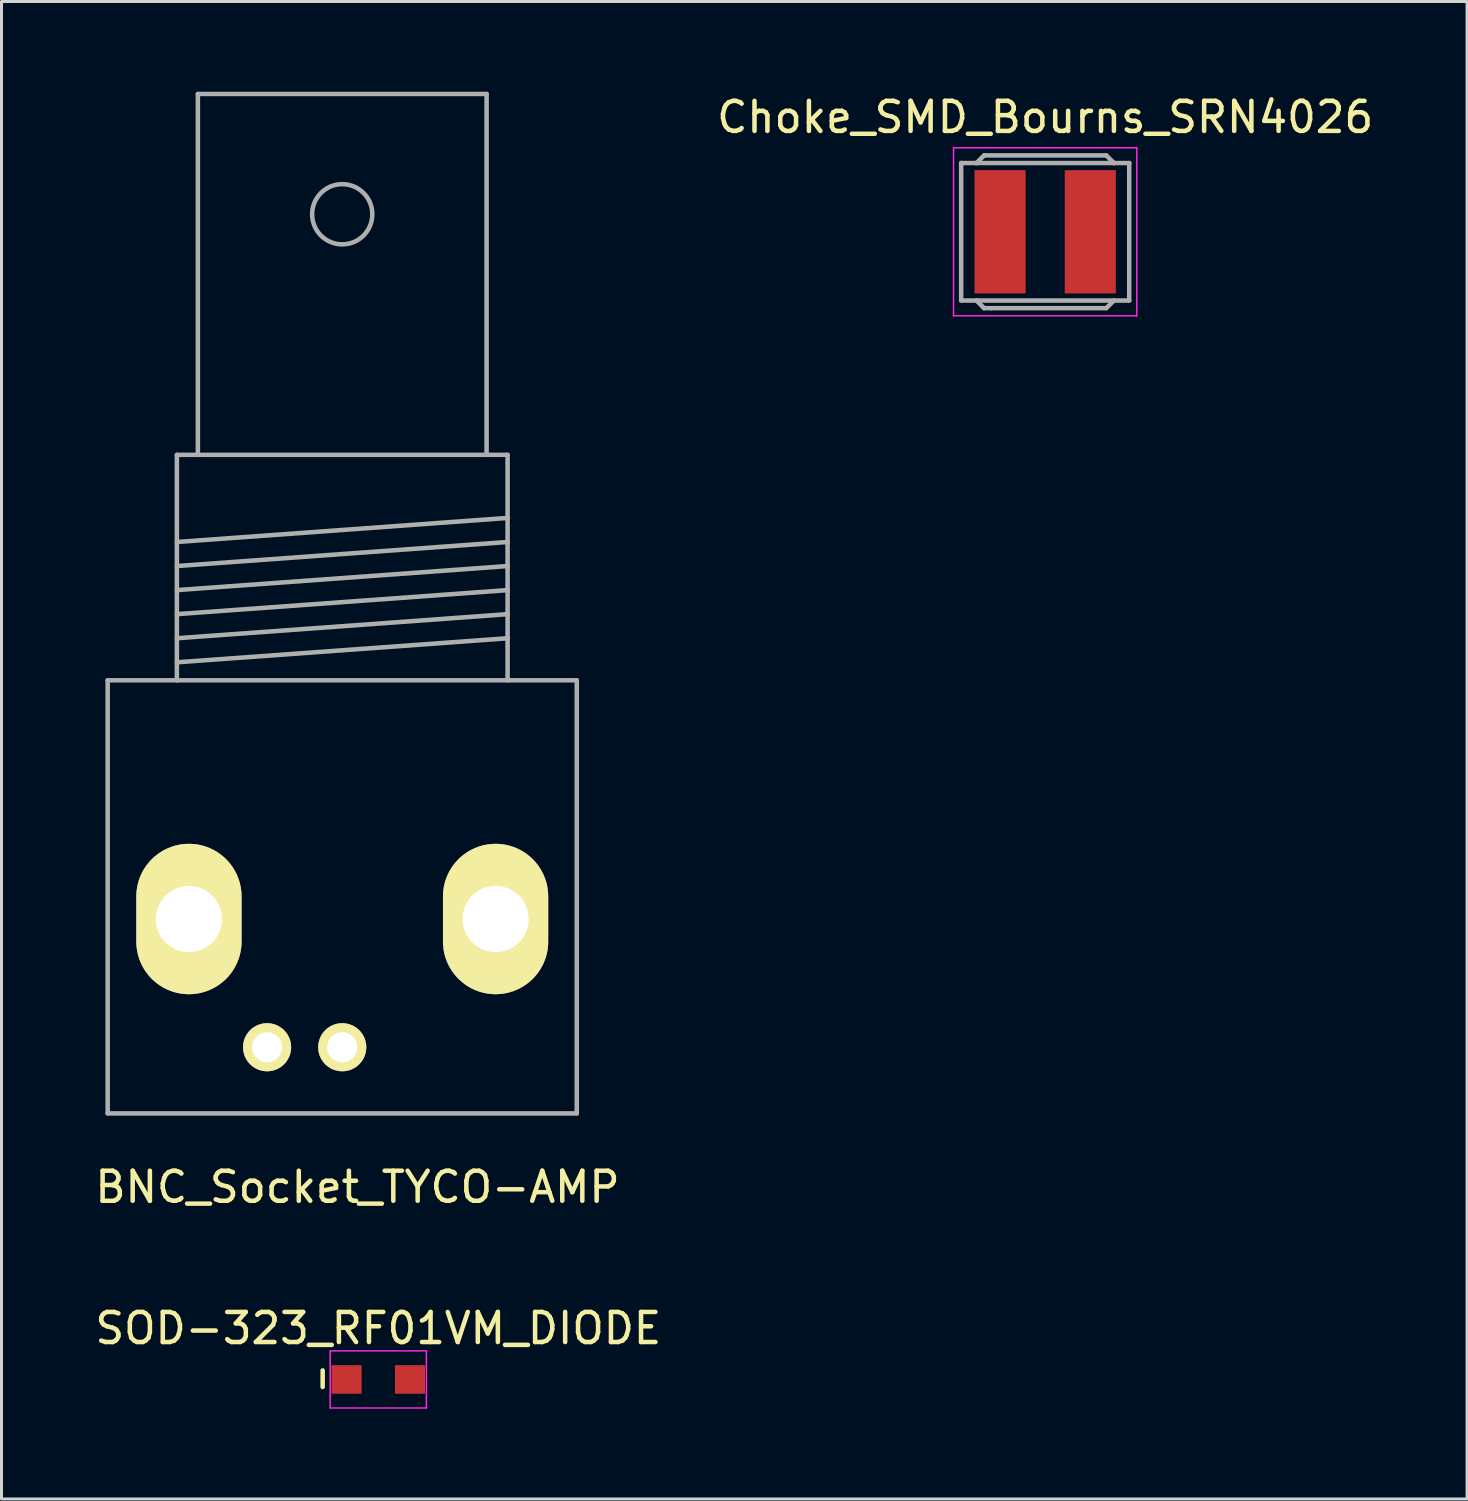
<source format=kicad_pcb>
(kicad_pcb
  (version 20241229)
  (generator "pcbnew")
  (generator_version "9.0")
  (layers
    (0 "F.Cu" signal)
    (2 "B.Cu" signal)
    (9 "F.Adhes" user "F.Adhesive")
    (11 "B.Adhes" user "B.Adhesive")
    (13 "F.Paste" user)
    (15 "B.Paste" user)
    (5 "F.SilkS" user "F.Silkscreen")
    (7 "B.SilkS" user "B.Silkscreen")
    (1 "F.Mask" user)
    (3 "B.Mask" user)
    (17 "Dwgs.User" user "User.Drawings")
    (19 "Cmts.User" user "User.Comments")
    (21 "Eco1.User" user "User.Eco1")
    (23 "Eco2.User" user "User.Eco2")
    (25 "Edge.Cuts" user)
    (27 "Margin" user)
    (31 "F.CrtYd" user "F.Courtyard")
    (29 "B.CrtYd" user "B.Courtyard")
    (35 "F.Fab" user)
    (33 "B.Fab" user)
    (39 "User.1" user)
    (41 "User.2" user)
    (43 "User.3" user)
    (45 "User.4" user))
  (footprint "BNC_Socket_TYCO-AMP"
    (layer "F.Cu")
    (at 8.331 26.775)
    (property "Reference" "BNC_Socket_TYCO-AMP" (at 0.508 9.652 0) (layer "F.SilkS") (effects (font (size 1 1) (thickness 0.15))))
    (attr through_hole)
    (fp_line (start -7.8 -7.201) (end -7.8 7.201) (stroke (width 0.15) (type solid)) (layer "F.Fab"))
    (fp_line (start -7.8 7.201) (end 7.8 7.201) (stroke (width 0.15) (type solid)) (layer "F.Fab"))
    (fp_line (start -5.499 -14.699) (end -5.499 -7.201) (stroke (width 0.15) (type solid)) (layer "F.Fab"))
    (fp_line (start -5.499 -11.801) (end 5.499 -12.601) (stroke (width 0.15) (type solid)) (layer "F.Fab"))
    (fp_line (start -5.499 -11.001) (end 5.499 -11.801) (stroke (width 0.15) (type solid)) (layer "F.Fab"))
    (fp_line (start -5.499 -10.201) (end 5.499 -11.001) (stroke (width 0.15) (type solid)) (layer "F.Fab"))
    (fp_line (start -5.499 -9.401) (end 5.499 -10.201) (stroke (width 0.15) (type solid)) (layer "F.Fab"))
    (fp_line (start -5.499 -8.6) (end 5.499 -9.401) (stroke (width 0.15) (type solid)) (layer "F.Fab"))
    (fp_line (start -5.499 -7.8) (end 5.499 -8.6) (stroke (width 0.15) (type solid)) (layer "F.Fab"))
    (fp_line (start -4.801 -26.7) (end -4.801 -14.699) (stroke (width 0.15) (type solid)) (layer "F.Fab"))
    (fp_line (start 4.801 -26.7) (end -4.801 -26.7) (stroke (width 0.15) (type solid)) (layer "F.Fab"))
    (fp_line (start 4.801 -14.699) (end 4.801 -26.7) (stroke (width 0.15) (type solid)) (layer "F.Fab"))
    (fp_line (start 5.499 -14.699) (end -5.499 -14.699) (stroke (width 0.15) (type solid)) (layer "F.Fab"))
    (fp_line (start 5.499 -7.201) (end 5.499 -14.699) (stroke (width 0.15) (type solid)) (layer "F.Fab"))
    (fp_line (start 7.8 -7.201) (end -7.8 -7.201) (stroke (width 0.15) (type solid)) (layer "F.Fab"))
    (fp_line (start 7.8 7.201) (end 7.8 -7.201) (stroke (width 0.15) (type solid)) (layer "F.Fab"))
    (fp_circle (center 0 -22.7) (end 1.001 -22.7) (stroke (width 0.15) (type solid)) (fill no) (layer "F.Fab"))
    (pad "1" thru_hole circle (at 0 5.001) (size 1.6 1.6) (drill 1.001) (layers "*.Cu" "*.Mask" "F.SilkS"))
    (pad "2" thru_hole oval (at -5.098 0.737) (size 3.5 5.001) (drill 2.2) (layers "*.Cu" "*.Mask" "F.SilkS"))
    (pad "2" thru_hole circle (at -2.499 5.001) (size 1.6 1.6) (drill 1.001) (layers "*.Cu" "*.Mask" "F.SilkS"))
    (pad "2" thru_hole oval (at 5.1 0.737) (size 3.5 5.001) (drill 2.2) (layers "*.Cu" "*.Mask" "F.SilkS")))
  (footprint "Choke_SMD_Bourns_SRN4026"
    (layer "F.Cu")
    (at 31.708 4.658)
    (property "Reference" "Choke_SMD_Bourns_SRN4026" (at 0 -3.81 0) (layer "F.SilkS") (effects (font (size 1 1) (thickness 0.15))))
    (attr smd)
    (fp_line (start -3.048 -2.794) (end 3.048 -2.794) (stroke (width 0.05) (type solid)) (layer "F.CrtYd"))
    (fp_line (start -3.048 2.794) (end -3.048 -2.794) (stroke (width 0.05) (type solid)) (layer "F.CrtYd"))
    (fp_line (start 3.048 -2.794) (end 3.048 2.794) (stroke (width 0.05) (type solid)) (layer "F.CrtYd"))
    (fp_line (start 3.048 2.794) (end -3.048 2.794) (stroke (width 0.05) (type solid)) (layer "F.CrtYd"))
    (fp_line (start -2.794 -2.286) (end -2.794 2.286) (stroke (width 0.15) (type solid)) (layer "F.Fab"))
    (fp_line (start -2.794 2.286) (end -2.286 2.286) (stroke (width 0.15) (type solid)) (layer "F.Fab"))
    (fp_line (start -2.286 -2.286) (end -2.794 -2.286) (stroke (width 0.15) (type solid)) (layer "F.Fab"))
    (fp_line (start -2.286 -2.286) (end -2.032 -2.54) (stroke (width 0.15) (type solid)) (layer "F.Fab"))
    (fp_line (start -2.286 -2.286) (end 2.286 -2.286) (stroke (width 0.15) (type solid)) (layer "F.Fab"))
    (fp_line (start -2.286 2.286) (end 2.286 2.286) (stroke (width 0.15) (type solid)) (layer "F.Fab"))
    (fp_line (start -2.032 -2.54) (end 2.032 -2.54) (stroke (width 0.15) (type solid)) (layer "F.Fab"))
    (fp_line (start -2.032 2.54) (end -2.286 2.286) (stroke (width 0.15) (type solid)) (layer "F.Fab"))
    (fp_line (start -1.778 2.54) (end -2.032 2.54) (stroke (width 0.15) (type solid)) (layer "F.Fab"))
    (fp_line (start 2.032 -2.54) (end 2.286 -2.286) (stroke (width 0.15) (type solid)) (layer "F.Fab"))
    (fp_line (start 2.032 2.54) (end -1.778 2.54) (stroke (width 0.15) (type solid)) (layer "F.Fab"))
    (fp_line (start 2.286 -2.286) (end 2.794 -2.286) (stroke (width 0.15) (type solid)) (layer "F.Fab"))
    (fp_line (start 2.286 2.286) (end 2.032 2.54) (stroke (width 0.15) (type solid)) (layer "F.Fab"))
    (fp_line (start 2.794 -2.286) (end 2.794 2.286) (stroke (width 0.15) (type solid)) (layer "F.Fab"))
    (fp_line (start 2.794 2.286) (end 2.286 2.286) (stroke (width 0.15) (type solid)) (layer "F.Fab"))
    (pad "1" smd rect (at -1.5 0) (size 1.7 4.1) (layers "F.Cu" "F.Mask" "F.Paste"))
    (pad "2" smd rect (at 1.5 0) (size 1.7 4.1) (layers "F.Cu" "F.Mask" "F.Paste")))
  (footprint "SOD-323_RF01VM_DIODE"
    (layer "F.Cu")
    (at 9.53 42.824)
    (property "Reference" "SOD-323_RF01VM_DIODE" (at 0 -1.7 0) (layer "F.SilkS") (effects (font (size 1 1) (thickness 0.15))))
    (attr smd)
    (fp_line (start -1.85 0.25) (end -1.85 -0.3) (stroke (width 0.15) (type solid)) (layer "F.SilkS"))
    (fp_line (start -1.6 -0.95) (end 1.6 -0.95) (stroke (width 0.05) (type solid)) (layer "F.CrtYd"))
    (fp_line (start -1.6 0.95) (end -1.6 -0.95) (stroke (width 0.05) (type solid)) (layer "F.CrtYd"))
    (fp_line (start 1.6 -0.95) (end 1.6 0.95) (stroke (width 0.05) (type solid)) (layer "F.CrtYd"))
    (fp_line (start 1.6 0.95) (end -1.6 0.95) (stroke (width 0.05) (type solid)) (layer "F.CrtYd"))
    (pad "1" smd rect (at -1.055 0) (size 1 0.95) (layers "F.Cu" "F.Mask" "F.Paste"))
    (pad "2" smd rect (at 1.055 0) (size 1 0.95) (layers "F.Cu" "F.Mask" "F.Paste")))
  (gr_rect
    (start -3 -3)
    (end 45.738 46.799)
    (stroke (width 0.1) (type default))
    (fill no)
    (layer "Edge.Cuts")))
</source>
